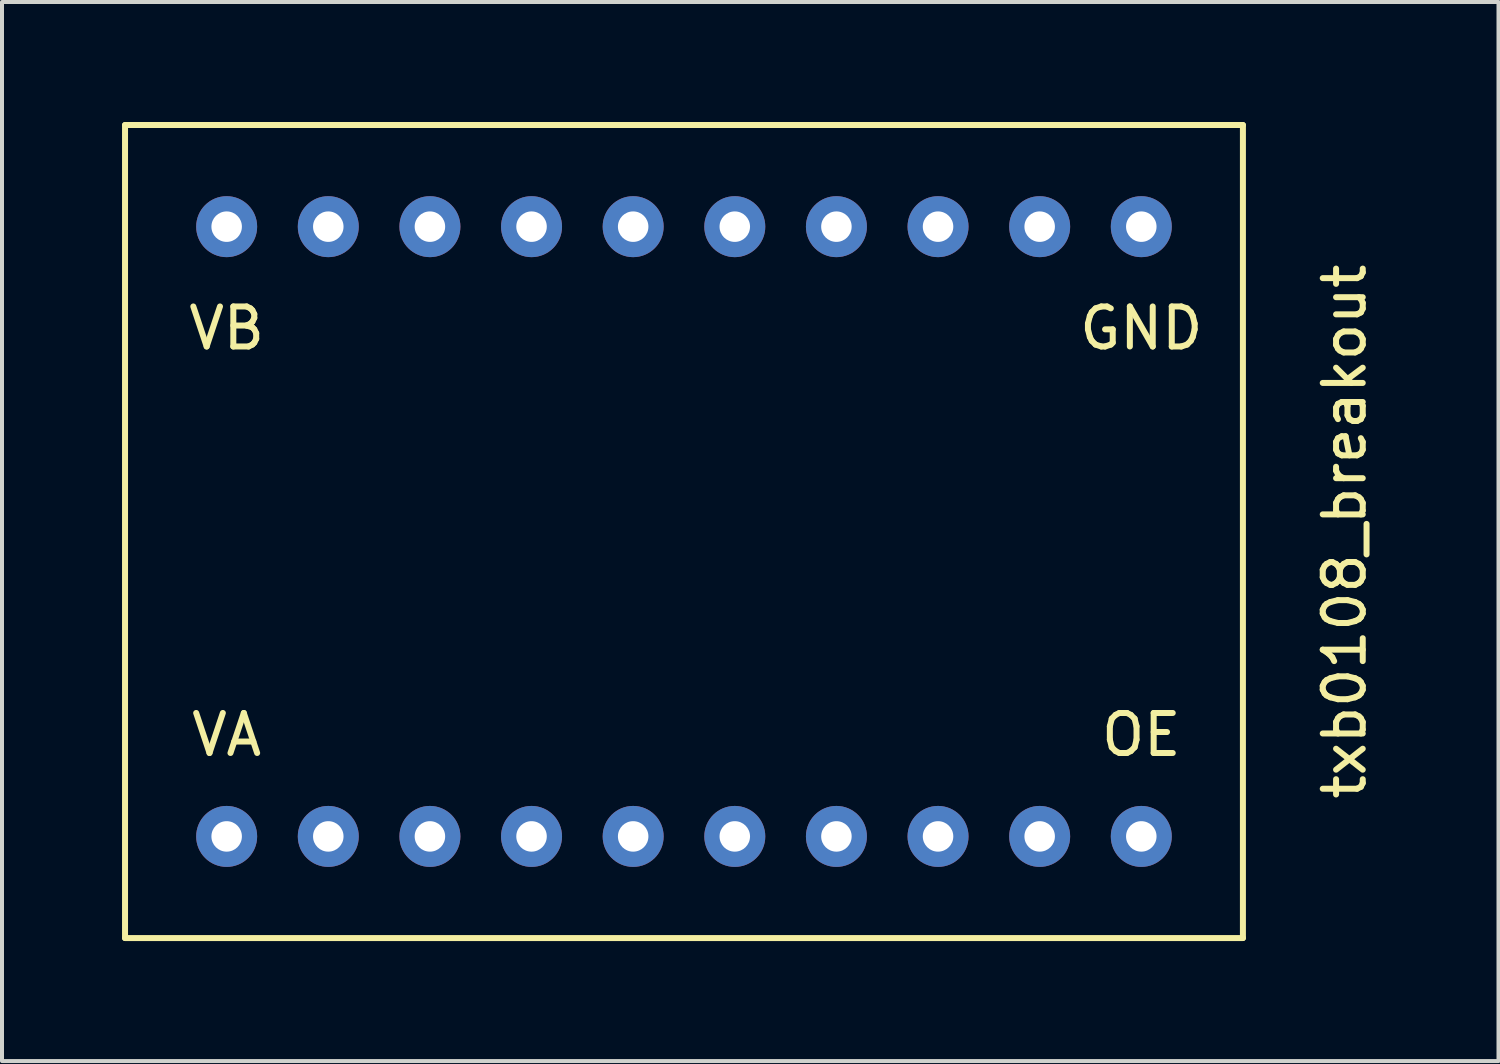
<source format=kicad_pcb>
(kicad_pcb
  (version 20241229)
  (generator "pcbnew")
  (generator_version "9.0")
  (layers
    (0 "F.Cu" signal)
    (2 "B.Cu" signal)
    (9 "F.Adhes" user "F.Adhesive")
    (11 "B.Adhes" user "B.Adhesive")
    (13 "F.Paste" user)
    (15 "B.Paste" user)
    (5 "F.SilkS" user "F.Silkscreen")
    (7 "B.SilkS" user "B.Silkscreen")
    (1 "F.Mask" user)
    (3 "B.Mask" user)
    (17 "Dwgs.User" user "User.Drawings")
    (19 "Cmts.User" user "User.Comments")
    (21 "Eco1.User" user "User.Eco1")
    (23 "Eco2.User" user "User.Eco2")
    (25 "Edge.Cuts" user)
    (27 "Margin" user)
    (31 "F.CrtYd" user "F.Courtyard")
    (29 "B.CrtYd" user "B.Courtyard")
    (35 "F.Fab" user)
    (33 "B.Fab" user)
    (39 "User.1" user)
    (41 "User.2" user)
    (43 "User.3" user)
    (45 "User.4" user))
  (footprint "txb0108_breakout"
    (layer "F.Cu")
    (at 10.235 12.775)
    (property "Reference" "txb0108_breakout" (at 20.32 -2.54 90) (layer "F.SilkS") (effects (font (size 1 1) (thickness 0.15))))
    (attr through_hole)
    (fp_line (start -10.16 -12.7) (end 17.78 -12.7) (stroke (width 0.15) (type solid)) (layer "F.SilkS"))
    (fp_line (start -10.16 7.62) (end -10.16 -12.7) (stroke (width 0.15) (type solid)) (layer "F.SilkS"))
    (fp_line (start 17.78 -12.7) (end 17.78 7.62) (stroke (width 0.15) (type solid)) (layer "F.SilkS"))
    (fp_line (start 17.78 7.62) (end -10.16 7.62) (stroke (width 0.15) (type solid)) (layer "F.SilkS"))
    (fp_text user "VB" (at -7.62 -7.62 0) (layer "F.SilkS") (effects (font (size 1 1) (thickness 0.15))))
    (fp_text user "GND" (at 15.24 -7.62 0) (layer "F.SilkS") (effects (font (size 1 1) (thickness 0.15))))
    (fp_text user "OE" (at 15.24 2.54 0) (layer "F.SilkS") (effects (font (size 1 1) (thickness 0.15))))
    (fp_text user "VA" (at -7.62 2.54 0) (layer "F.SilkS") (effects (font (size 1 1) (thickness 0.15))))
    (pad "1" thru_hole circle (at -5.08 5.08) (size 1.524 1.524) (drill 0.762) (layers "*.Cu" "*.Mask"))
    (pad "2" thru_hole circle (at -7.62 5.08) (size 1.524 1.524) (drill 0.762) (layers "*.Cu" "*.Mask"))
    (pad "3" thru_hole circle (at -2.54 5.08) (size 1.524 1.524) (drill 0.762) (layers "*.Cu" "*.Mask"))
    (pad "4" thru_hole circle (at 0 5.08) (size 1.524 1.524) (drill 0.762) (layers "*.Cu" "*.Mask"))
    (pad "5" thru_hole circle (at 2.54 5.08) (size 1.524 1.524) (drill 0.762) (layers "*.Cu" "*.Mask"))
    (pad "6" thru_hole circle (at 5.08 5.08) (size 1.524 1.524) (drill 0.762) (layers "*.Cu" "*.Mask"))
    (pad "7" thru_hole circle (at 7.62 5.08) (size 1.524 1.524) (drill 0.762) (layers "*.Cu" "*.Mask"))
    (pad "8" thru_hole circle (at 10.16 5.08) (size 1.524 1.524) (drill 0.762) (layers "*.Cu" "*.Mask"))
    (pad "9" thru_hole circle (at 12.7 5.08) (size 1.524 1.524) (drill 0.762) (layers "*.Cu" "*.Mask"))
    (pad "10" thru_hole circle (at 15.24 5.08) (size 1.524 1.524) (drill 0.762) (layers "*.Cu" "*.Mask"))
    (pad "11" thru_hole circle (at 15.24 -10.16) (size 1.524 1.524) (drill 0.762) (layers "*.Cu" "*.Mask"))
    (pad "12" thru_hole circle (at 12.7 -10.16) (size 1.524 1.524) (drill 0.762) (layers "*.Cu" "*.Mask"))
    (pad "13" thru_hole circle (at 10.16 -10.16) (size 1.524 1.524) (drill 0.762) (layers "*.Cu" "*.Mask"))
    (pad "14" thru_hole circle (at 7.62 -10.16) (size 1.524 1.524) (drill 0.762) (layers "*.Cu" "*.Mask"))
    (pad "15" thru_hole circle (at 5.08 -10.16) (size 1.524 1.524) (drill 0.762) (layers "*.Cu" "*.Mask"))
    (pad "16" thru_hole circle (at 2.54 -10.16) (size 1.524 1.524) (drill 0.762) (layers "*.Cu" "*.Mask"))
    (pad "17" thru_hole circle (at 0 -10.16) (size 1.524 1.524) (drill 0.762) (layers "*.Cu" "*.Mask"))
    (pad "18" thru_hole circle (at -2.54 -10.16) (size 1.524 1.524) (drill 0.762) (layers "*.Cu" "*.Mask"))
    (pad "19" thru_hole circle (at -7.62 -10.16) (size 1.524 1.524) (drill 0.762) (layers "*.Cu" "*.Mask"))
    (pad "20" thru_hole circle (at -5.08 -10.16) (size 1.524 1.524) (drill 0.762) (layers "*.Cu" "*.Mask")))
  (gr_rect
    (start -3 -3)
    (end 34.403 23.47)
    (stroke (width 0.1) (type default))
    (fill no)
    (layer "Edge.Cuts")))
</source>
